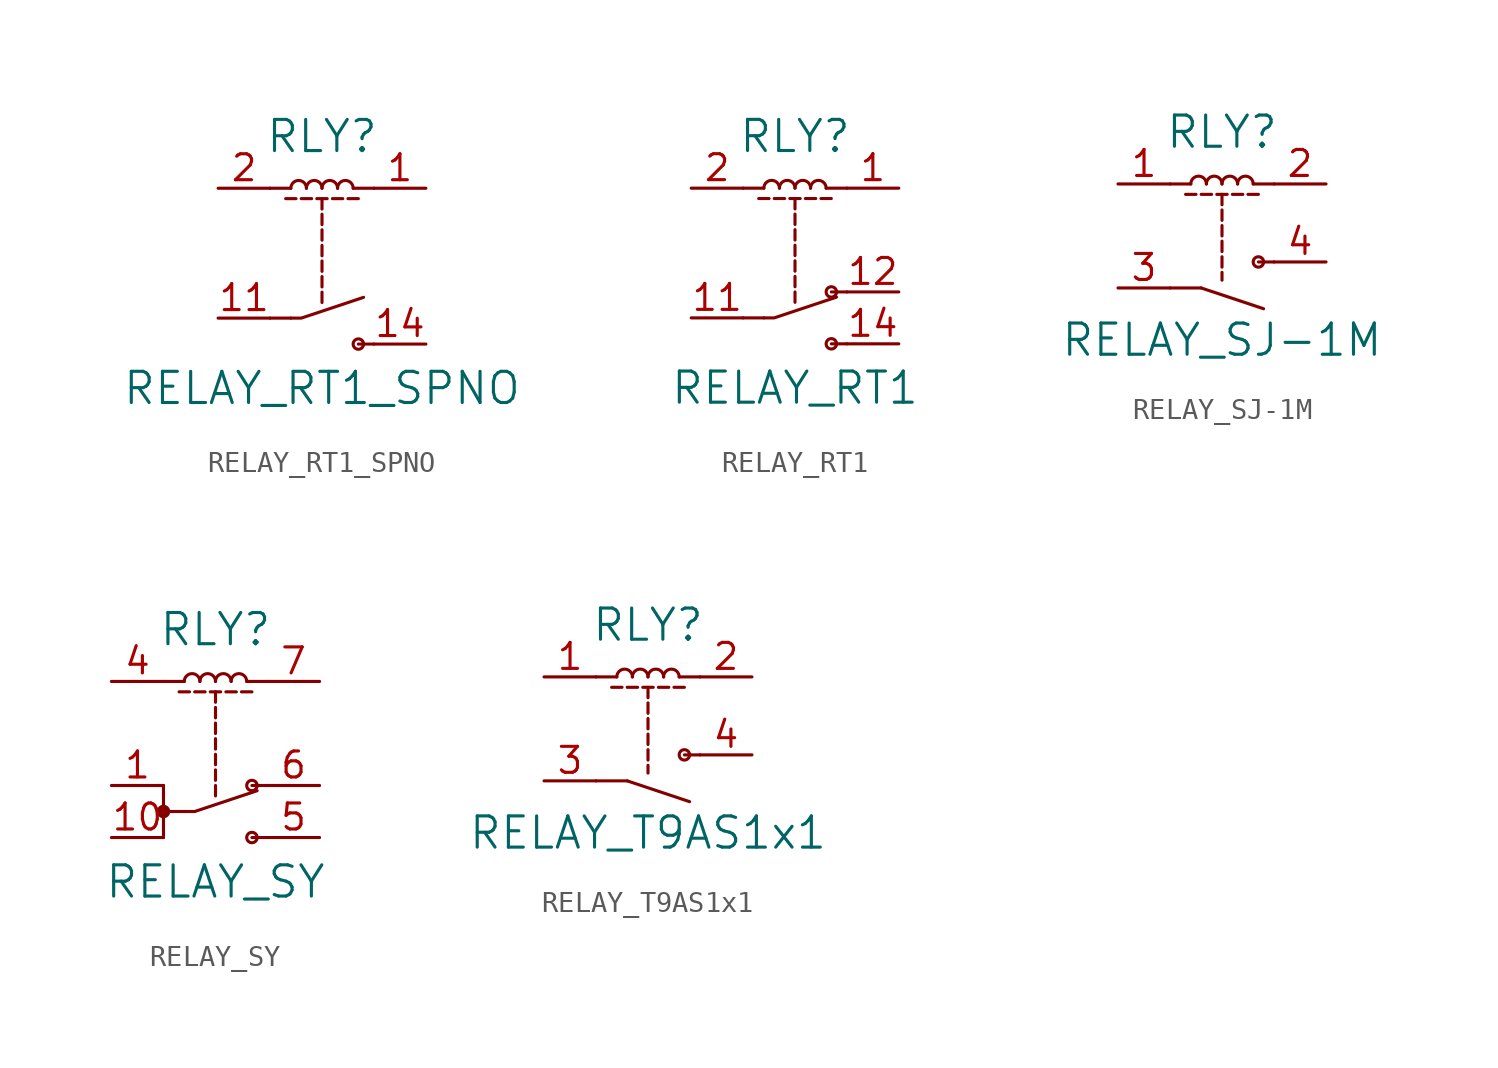
<source format=kicad_sym>
(kicad_symbol_lib
  (version 20220914)
  (generator kicad_symbol_editor)
  (symbol "RELAY_RT1_SPNO"
    (pin_names
      (offset 1.016))
    (property "Reference" "RLY"
      (at 0 6.35 0)
      (effects (font (size 1.524 1.524))))
    (property "Value" "RELAY_RT1_SPNO"
      (at 0 -5.969 0)
      (effects (font (size 1.524 1.524))))
    (property "Footprint" ""
      (at 0 0 0)
      (effects (font (size 1.524 1.524))))
    (property "Datasheet" ""
      (at 0 0 0)
      (effects (font (size 1.524 1.524))))
    (symbol "RELAY_RT1_SPNO_0_1"
      (arc (start -0.762 3.81) (mid -1.143 4.1894) (end -1.524 3.81) (stroke (width 0) (type solid)) (fill (type none)))
      (polyline (pts (xy -1.778 3.302) (xy -1.27 3.302) (xy -1.27 3.302)) (stroke (width 0) (type solid)) (fill (type none)))
      (polyline (pts (xy -1.524 -2.54) (xy -2.54 -2.54) (xy -2.54 -2.54)) (stroke (width 0) (type solid)) (fill (type none)))
      (polyline (pts (xy -1.524 3.81) (xy -2.54 3.81) (xy -2.54 3.81)) (stroke (width 0) (type solid)) (fill (type none)))
      (polyline (pts (xy -1.016 3.302) (xy -0.508 3.302) (xy -0.508 3.302)) (stroke (width 0) (type solid)) (fill (type none)))
      (polyline (pts (xy -0.254 3.302) (xy 0.254 3.302) (xy 0.254 3.302)) (stroke (width 0) (type solid)) (fill (type none)))
      (polyline (pts (xy 0 -1.27) (xy 0 -1.778) (xy 0 -1.778)) (stroke (width 0) (type solid)) (fill (type none)))
      (polyline (pts (xy 0 -0.508) (xy 0 -1.016) (xy 0 -1.016)) (stroke (width 0) (type solid)) (fill (type none)))
      (polyline (pts (xy 0 0.254) (xy 0 -0.254) (xy 0 -0.254)) (stroke (width 0) (type solid)) (fill (type none)))
      (polyline (pts (xy 0 1.016) (xy 0 0.508) (xy 0 0.508)) (stroke (width 0) (type solid)) (fill (type none)))
      (polyline (pts (xy 0 1.778) (xy 0 1.27) (xy 0 1.27)) (stroke (width 0) (type solid)) (fill (type none)))
      (polyline (pts (xy 0 2.54) (xy 0 2.032) (xy 0 2.032)) (stroke (width 0) (type solid)) (fill (type none)))
      (polyline (pts (xy 0 3.302) (xy 0 2.794) (xy 0 2.794)) (stroke (width 0) (type solid)) (fill (type none)))
      (polyline (pts (xy 0.508 3.302) (xy 1.016 3.302) (xy 1.016 3.302)) (stroke (width 0) (type solid)) (fill (type none)))
      (polyline (pts (xy 1.27 3.302) (xy 1.778 3.302) (xy 1.778 3.302)) (stroke (width 0) (type solid)) (fill (type none)))
      (polyline (pts (xy 1.524 3.81) (xy 2.54 3.81) (xy 2.54 3.81)) (stroke (width 0) (type solid)) (fill (type none)))
      (polyline (pts (xy 2.54 -3.81) (xy 1.778 -3.81) (xy 1.778 -3.81)) (stroke (width 0) (type solid)) (fill (type none)))
      (polyline (pts (xy -1.524 -2.54) (xy -1.016 -2.54) (xy 2.032 -1.524) (xy 2.032 -1.524)) (stroke (width 0) (type solid)) (fill (type none)))
      (arc (start 0 3.81) (mid -0.381 4.1894) (end -0.762 3.81) (stroke (width 0) (type solid)) (fill (type none)))
      (arc (start 0.762 3.81) (mid 0.381 4.1894) (end 0 3.81) (stroke (width 0) (type solid)) (fill (type none)))
      (arc (start 1.524 3.81) (mid 1.143 4.1894) (end 0.762 3.81) (stroke (width 0) (type solid)) (fill (type none)))
      (circle (center 1.778 -3.81) (radius 0.254) (stroke (width 0) (type solid)) (fill (type none))))
    (symbol "RELAY_RT1_SPNO_1_1"
      (pin passive line (at 5.08 3.81 180) (length 2.54) (name "~" (effects (font (size 1.27 1.27)))) (number "1" (effects (font (size 1.27 1.27)))))
      (pin passive line (at -5.08 -2.54 0) (length 2.54) (name "~" (effects (font (size 1.27 1.27)))) (number "11" (effects (font (size 1.27 1.27)))))
      (pin passive line (at 5.08 -3.81 180) (length 2.54) (name "~" (effects (font (size 1.27 1.27)))) (number "14" (effects (font (size 1.27 1.27)))))
      (pin passive line (at -5.08 3.81 0) (length 2.54) (name "~" (effects (font (size 1.27 1.27)))) (number "2" (effects (font (size 1.27 1.27)))))))
  (symbol "RELAY_RT1"
    (pin_names
      (offset 1.016))
    (property "Reference" "RLY"
      (at 0 6.35 0)
      (effects (font (size 1.524 1.524))))
    (property "Value" "RELAY_RT1"
      (at 0 -5.969 0)
      (effects (font (size 1.524 1.524))))
    (property "Footprint" ""
      (at 0 0 0)
      (effects (font (size 1.524 1.524))))
    (property "Datasheet" ""
      (at 0 0 0)
      (effects (font (size 1.524 1.524))))
    (symbol "RELAY_RT1_0_1"
      (arc (start -0.762 3.81) (mid -1.143 4.1894) (end -1.524 3.81) (stroke (width 0) (type solid)) (fill (type none)))
      (polyline (pts (xy -1.778 3.302) (xy -1.27 3.302) (xy -1.27 3.302)) (stroke (width 0) (type solid)) (fill (type none)))
      (polyline (pts (xy -1.524 -2.54) (xy -2.54 -2.54) (xy -2.54 -2.54)) (stroke (width 0) (type solid)) (fill (type none)))
      (polyline (pts (xy -1.524 3.81) (xy -2.54 3.81) (xy -2.54 3.81)) (stroke (width 0) (type solid)) (fill (type none)))
      (polyline (pts (xy -1.016 3.302) (xy -0.508 3.302) (xy -0.508 3.302)) (stroke (width 0) (type solid)) (fill (type none)))
      (polyline (pts (xy -0.254 3.302) (xy 0.254 3.302) (xy 0.254 3.302)) (stroke (width 0) (type solid)) (fill (type none)))
      (polyline (pts (xy 0 -1.27) (xy 0 -1.778) (xy 0 -1.778)) (stroke (width 0) (type solid)) (fill (type none)))
      (polyline (pts (xy 0 -0.508) (xy 0 -1.016) (xy 0 -1.016)) (stroke (width 0) (type solid)) (fill (type none)))
      (polyline (pts (xy 0 0.254) (xy 0 -0.254) (xy 0 -0.254)) (stroke (width 0) (type solid)) (fill (type none)))
      (polyline (pts (xy 0 1.016) (xy 0 0.508) (xy 0 0.508)) (stroke (width 0) (type solid)) (fill (type none)))
      (polyline (pts (xy 0 1.778) (xy 0 1.27) (xy 0 1.27)) (stroke (width 0) (type solid)) (fill (type none)))
      (polyline (pts (xy 0 2.54) (xy 0 2.032) (xy 0 2.032)) (stroke (width 0) (type solid)) (fill (type none)))
      (polyline (pts (xy 0 3.302) (xy 0 2.794) (xy 0 2.794)) (stroke (width 0) (type solid)) (fill (type none)))
      (polyline (pts (xy 0.508 3.302) (xy 1.016 3.302) (xy 1.016 3.302)) (stroke (width 0) (type solid)) (fill (type none)))
      (polyline (pts (xy 1.27 3.302) (xy 1.778 3.302) (xy 1.778 3.302)) (stroke (width 0) (type solid)) (fill (type none)))
      (polyline (pts (xy 1.524 3.81) (xy 2.54 3.81) (xy 2.54 3.81)) (stroke (width 0) (type solid)) (fill (type none)))
      (polyline (pts (xy 2.54 -3.81) (xy 1.778 -3.81) (xy 1.778 -3.81)) (stroke (width 0) (type solid)) (fill (type none)))
      (polyline (pts (xy 2.54 -1.27) (xy 1.778 -1.27) (xy 1.778 -1.27)) (stroke (width 0) (type solid)) (fill (type none)))
      (polyline (pts (xy -1.524 -2.54) (xy -1.016 -2.54) (xy 2.032 -1.524) (xy 2.032 -1.524)) (stroke (width 0) (type solid)) (fill (type none)))
      (arc (start 0 3.81) (mid -0.381 4.1894) (end -0.762 3.81) (stroke (width 0) (type solid)) (fill (type none)))
      (arc (start 0.762 3.81) (mid 0.381 4.1894) (end 0 3.81) (stroke (width 0) (type solid)) (fill (type none)))
      (arc (start 1.524 3.81) (mid 1.143 4.1894) (end 0.762 3.81) (stroke (width 0) (type solid)) (fill (type none)))
      (circle (center 1.778 -3.81) (radius 0.254) (stroke (width 0) (type solid)) (fill (type none)))
      (circle (center 1.778 -1.27) (radius 0.254) (stroke (width 0) (type solid)) (fill (type none))))
    (symbol "RELAY_RT1_1_1"
      (pin passive line (at 5.08 3.81 180) (length 2.54) (name "~" (effects (font (size 1.27 1.27)))) (number "1" (effects (font (size 1.27 1.27)))))
      (pin passive line (at -5.08 -2.54 0) (length 2.54) (name "~" (effects (font (size 1.27 1.27)))) (number "11" (effects (font (size 1.27 1.27)))))
      (pin passive line (at 5.08 -1.27 180) (length 2.54) (name "~" (effects (font (size 1.27 1.27)))) (number "12" (effects (font (size 1.27 1.27)))))
      (pin passive line (at 5.08 -3.81 180) (length 2.54) (name "~" (effects (font (size 1.27 1.27)))) (number "14" (effects (font (size 1.27 1.27)))))
      (pin passive line (at -5.08 3.81 0) (length 2.54) (name "~" (effects (font (size 1.27 1.27)))) (number "2" (effects (font (size 1.27 1.27)))))))
  (symbol "RELAY_SJ-1M"
    (pin_names
      (offset 1.016))
    (property "Reference" "RLY"
      (at 0 6.35 0)
      (effects (font (size 1.524 1.524))))
    (property "Value" "RELAY_SJ-1M"
      (at 0 -3.81 0)
      (effects (font (size 1.524 1.524))))
    (property "Footprint" ""
      (at 0 0 0)
      (effects (font (size 1.524 1.524))))
    (property "Datasheet" ""
      (at 0 0 0)
      (effects (font (size 1.524 1.524))))
    (symbol "RELAY_SJ-1M_0_1"
      (arc (start -0.762 3.81) (mid -1.143 4.1894) (end -1.524 3.81) (stroke (width 0) (type solid)) (fill (type none)))
      (polyline (pts (xy -1.016 -1.27) (xy -2.54 -1.27)) (stroke (width 0) (type solid)) (fill (type none)))
      (polyline (pts (xy -1.778 3.302) (xy -1.27 3.302) (xy -1.27 3.302)) (stroke (width 0) (type solid)) (fill (type none)))
      (polyline (pts (xy -1.524 3.81) (xy -2.54 3.81) (xy -2.54 3.81)) (stroke (width 0) (type solid)) (fill (type none)))
      (polyline (pts (xy -1.016 -1.27) (xy 2.032 -2.286) (xy 2.032 -2.286)) (stroke (width 0) (type solid)) (fill (type none)))
      (polyline (pts (xy -1.016 3.302) (xy -0.508 3.302) (xy -0.508 3.302)) (stroke (width 0) (type solid)) (fill (type none)))
      (polyline (pts (xy -0.254 3.302) (xy 0.254 3.302) (xy 0.254 3.302)) (stroke (width 0) (type solid)) (fill (type none)))
      (polyline (pts (xy 0 -0.508) (xy 0 -0.889) (xy 0 -0.889)) (stroke (width 0) (type solid)) (fill (type none)))
      (polyline (pts (xy 0 0.254) (xy 0 -0.254) (xy 0 -0.254)) (stroke (width 0) (type solid)) (fill (type none)))
      (polyline (pts (xy 0 1.016) (xy 0 0.508) (xy 0 0.508)) (stroke (width 0) (type solid)) (fill (type none)))
      (polyline (pts (xy 0 1.778) (xy 0 1.27) (xy 0 1.27)) (stroke (width 0) (type solid)) (fill (type none)))
      (polyline (pts (xy 0 2.54) (xy 0 2.032) (xy 0 2.032)) (stroke (width 0) (type solid)) (fill (type none)))
      (polyline (pts (xy 0 3.302) (xy 0 2.794) (xy 0 2.794)) (stroke (width 0) (type solid)) (fill (type none)))
      (polyline (pts (xy 0.508 3.302) (xy 1.016 3.302) (xy 1.016 3.302)) (stroke (width 0) (type solid)) (fill (type none)))
      (polyline (pts (xy 1.27 3.302) (xy 1.778 3.302) (xy 1.778 3.302)) (stroke (width 0) (type solid)) (fill (type none)))
      (polyline (pts (xy 1.524 3.81) (xy 2.54 3.81) (xy 2.54 3.81)) (stroke (width 0) (type solid)) (fill (type none)))
      (polyline (pts (xy 2.54 0) (xy 1.778 0) (xy 1.778 0)) (stroke (width 0) (type solid)) (fill (type none)))
      (arc (start 0 3.81) (mid -0.381 4.1894) (end -0.762 3.81) (stroke (width 0) (type solid)) (fill (type none)))
      (arc (start 0.762 3.81) (mid 0.381 4.1894) (end 0 3.81) (stroke (width 0) (type solid)) (fill (type none)))
      (arc (start 1.524 3.81) (mid 1.143 4.1894) (end 0.762 3.81) (stroke (width 0) (type solid)) (fill (type none)))
      (circle (center 1.778 0) (radius 0.254) (stroke (width 0) (type solid)) (fill (type none))))
    (symbol "RELAY_SJ-1M_1_1"
      (pin passive line (at -5.08 3.81 0) (length 2.54) (name "~" (effects (font (size 1.27 1.27)))) (number "1" (effects (font (size 1.27 1.27)))))
      (pin passive line (at 5.08 3.81 180) (length 2.54) (name "~" (effects (font (size 1.27 1.27)))) (number "2" (effects (font (size 1.27 1.27)))))
      (pin passive line (at -5.08 -1.27 0) (length 2.54) (name "~" (effects (font (size 1.27 1.27)))) (number "3" (effects (font (size 1.27 1.27)))))
      (pin passive line (at 5.08 0 180) (length 2.54) (name "~" (effects (font (size 1.27 1.27)))) (number "4" (effects (font (size 1.27 1.27)))))))
  (symbol "RELAY_SY"
    (pin_names
      (offset 1.016))
    (property "Reference" "RLY"
      (at 0 6.35 0)
      (effects (font (size 1.524 1.524))))
    (property "Value" "RELAY_SY"
      (at 0 -5.969 0)
      (effects (font (size 1.524 1.524))))
    (property "Footprint" ""
      (at 0 0 0)
      (effects (font (size 1.524 1.524))))
    (property "Datasheet" ""
      (at 0 0 0)
      (effects (font (size 1.524 1.524))))
    (symbol "RELAY_SY_0_1"
      (circle (center -2.54 -2.54) (radius 0.254) (stroke (width 0) (type solid)) (fill (type outline)))
      (arc (start -0.762 3.81) (mid -1.143 4.1894) (end -1.524 3.81) (stroke (width 0) (type solid)) (fill (type none)))
      (polyline (pts (xy -2.54 -1.27) (xy -2.54 -3.81)) (stroke (width 0) (type solid)) (fill (type none)))
      (polyline (pts (xy -1.778 3.302) (xy -1.27 3.302) (xy -1.27 3.302)) (stroke (width 0) (type solid)) (fill (type none)))
      (polyline (pts (xy -1.524 -2.54) (xy -2.54 -2.54) (xy -2.54 -2.54)) (stroke (width 0) (type solid)) (fill (type none)))
      (polyline (pts (xy -1.524 3.81) (xy -2.54 3.81) (xy -2.54 3.81)) (stroke (width 0) (type solid)) (fill (type none)))
      (polyline (pts (xy -1.016 3.302) (xy -0.508 3.302) (xy -0.508 3.302)) (stroke (width 0) (type solid)) (fill (type none)))
      (polyline (pts (xy -0.254 3.302) (xy 0.254 3.302) (xy 0.254 3.302)) (stroke (width 0) (type solid)) (fill (type none)))
      (polyline (pts (xy 0 -1.27) (xy 0 -1.778) (xy 0 -1.778)) (stroke (width 0) (type solid)) (fill (type none)))
      (polyline (pts (xy 0 -0.508) (xy 0 -1.016) (xy 0 -1.016)) (stroke (width 0) (type solid)) (fill (type none)))
      (polyline (pts (xy 0 0.254) (xy 0 -0.254) (xy 0 -0.254)) (stroke (width 0) (type solid)) (fill (type none)))
      (polyline (pts (xy 0 1.016) (xy 0 0.508) (xy 0 0.508)) (stroke (width 0) (type solid)) (fill (type none)))
      (polyline (pts (xy 0 1.778) (xy 0 1.27) (xy 0 1.27)) (stroke (width 0) (type solid)) (fill (type none)))
      (polyline (pts (xy 0 2.54) (xy 0 2.032) (xy 0 2.032)) (stroke (width 0) (type solid)) (fill (type none)))
      (polyline (pts (xy 0 3.302) (xy 0 2.794) (xy 0 2.794)) (stroke (width 0) (type solid)) (fill (type none)))
      (polyline (pts (xy 0.508 3.302) (xy 1.016 3.302) (xy 1.016 3.302)) (stroke (width 0) (type solid)) (fill (type none)))
      (polyline (pts (xy 1.27 3.302) (xy 1.778 3.302) (xy 1.778 3.302)) (stroke (width 0) (type solid)) (fill (type none)))
      (polyline (pts (xy 1.524 3.81) (xy 2.54 3.81) (xy 2.54 3.81)) (stroke (width 0) (type solid)) (fill (type none)))
      (polyline (pts (xy 2.54 -3.81) (xy 1.778 -3.81) (xy 1.778 -3.81)) (stroke (width 0) (type solid)) (fill (type none)))
      (polyline (pts (xy 2.54 -1.27) (xy 1.778 -1.27) (xy 1.778 -1.27)) (stroke (width 0) (type solid)) (fill (type none)))
      (polyline (pts (xy -1.524 -2.54) (xy -1.016 -2.54) (xy 2.032 -1.524) (xy 2.032 -1.524)) (stroke (width 0) (type solid)) (fill (type none)))
      (arc (start 0 3.81) (mid -0.381 4.1894) (end -0.762 3.81) (stroke (width 0) (type solid)) (fill (type none)))
      (arc (start 0.762 3.81) (mid 0.381 4.1894) (end 0 3.81) (stroke (width 0) (type solid)) (fill (type none)))
      (arc (start 1.524 3.81) (mid 1.143 4.1894) (end 0.762 3.81) (stroke (width 0) (type solid)) (fill (type none)))
      (circle (center 1.778 -3.81) (radius 0.254) (stroke (width 0) (type solid)) (fill (type none)))
      (circle (center 1.778 -1.27) (radius 0.254) (stroke (width 0) (type solid)) (fill (type none))))
    (symbol "RELAY_SY_1_1"
      (pin passive line (at -5.08 -1.27 0) (length 2.54) (name "~" (effects (font (size 1.27 1.27)))) (number "1" (effects (font (size 1.27 1.27)))))
      (pin passive line (at -5.08 -3.81 0) (length 2.54) (name "~" (effects (font (size 1.27 1.27)))) (number "10" (effects (font (size 1.27 1.27)))))
      (pin passive line (at -5.08 3.81 0) (length 2.54) (name "~" (effects (font (size 1.27 1.27)))) (number "4" (effects (font (size 1.27 1.27)))))
      (pin passive line (at 5.08 -3.81 180) (length 2.54) (name "~" (effects (font (size 1.27 1.27)))) (number "5" (effects (font (size 1.27 1.27)))))
      (pin passive line (at 5.08 -1.27 180) (length 2.54) (name "~" (effects (font (size 1.27 1.27)))) (number "6" (effects (font (size 1.27 1.27)))))
      (pin passive line (at 5.08 3.81 180) (length 2.54) (name "~" (effects (font (size 1.27 1.27)))) (number "7" (effects (font (size 1.27 1.27)))))))
  (symbol "RELAY_T9AS1x1"
    (pin_names
      (offset 1.016))
    (property "Reference" "RLY"
      (at 0 6.35 0)
      (effects (font (size 1.524 1.524))))
    (property "Value" "RELAY_T9AS1x1"
      (at 0 -3.81 0)
      (effects (font (size 1.524 1.524))))
    (property "Footprint" ""
      (at 0 0 0)
      (effects (font (size 1.524 1.524))))
    (property "Datasheet" ""
      (at 0 0 0)
      (effects (font (size 1.524 1.524))))
    (symbol "RELAY_T9AS1x1_0_1"
      (arc (start -0.762 3.81) (mid -1.143 4.1894) (end -1.524 3.81) (stroke (width 0) (type solid)) (fill (type none)))
      (polyline (pts (xy -1.016 -1.27) (xy -2.54 -1.27)) (stroke (width 0) (type solid)) (fill (type none)))
      (polyline (pts (xy -1.778 3.302) (xy -1.27 3.302) (xy -1.27 3.302)) (stroke (width 0) (type solid)) (fill (type none)))
      (polyline (pts (xy -1.524 3.81) (xy -2.54 3.81) (xy -2.54 3.81)) (stroke (width 0) (type solid)) (fill (type none)))
      (polyline (pts (xy -1.016 -1.27) (xy 2.032 -2.286) (xy 2.032 -2.286)) (stroke (width 0) (type solid)) (fill (type none)))
      (polyline (pts (xy -1.016 3.302) (xy -0.508 3.302) (xy -0.508 3.302)) (stroke (width 0) (type solid)) (fill (type none)))
      (polyline (pts (xy -0.254 3.302) (xy 0.254 3.302) (xy 0.254 3.302)) (stroke (width 0) (type solid)) (fill (type none)))
      (polyline (pts (xy 0 -0.508) (xy 0 -0.889) (xy 0 -0.889)) (stroke (width 0) (type solid)) (fill (type none)))
      (polyline (pts (xy 0 0.254) (xy 0 -0.254) (xy 0 -0.254)) (stroke (width 0) (type solid)) (fill (type none)))
      (polyline (pts (xy 0 1.016) (xy 0 0.508) (xy 0 0.508)) (stroke (width 0) (type solid)) (fill (type none)))
      (polyline (pts (xy 0 1.778) (xy 0 1.27) (xy 0 1.27)) (stroke (width 0) (type solid)) (fill (type none)))
      (polyline (pts (xy 0 2.54) (xy 0 2.032) (xy 0 2.032)) (stroke (width 0) (type solid)) (fill (type none)))
      (polyline (pts (xy 0 3.302) (xy 0 2.794) (xy 0 2.794)) (stroke (width 0) (type solid)) (fill (type none)))
      (polyline (pts (xy 0.508 3.302) (xy 1.016 3.302) (xy 1.016 3.302)) (stroke (width 0) (type solid)) (fill (type none)))
      (polyline (pts (xy 1.27 3.302) (xy 1.778 3.302) (xy 1.778 3.302)) (stroke (width 0) (type solid)) (fill (type none)))
      (polyline (pts (xy 1.524 3.81) (xy 2.54 3.81) (xy 2.54 3.81)) (stroke (width 0) (type solid)) (fill (type none)))
      (polyline (pts (xy 2.54 0) (xy 1.778 0) (xy 1.778 0)) (stroke (width 0) (type solid)) (fill (type none)))
      (arc (start 0 3.81) (mid -0.381 4.1894) (end -0.762 3.81) (stroke (width 0) (type solid)) (fill (type none)))
      (arc (start 0.762 3.81) (mid 0.381 4.1894) (end 0 3.81) (stroke (width 0) (type solid)) (fill (type none)))
      (arc (start 1.524 3.81) (mid 1.143 4.1894) (end 0.762 3.81) (stroke (width 0) (type solid)) (fill (type none)))
      (circle (center 1.778 0) (radius 0.254) (stroke (width 0) (type solid)) (fill (type none))))
    (symbol "RELAY_T9AS1x1_1_1"
      (pin passive line (at -5.08 3.81 0) (length 2.54) (name "~" (effects (font (size 1.27 1.27)))) (number "1" (effects (font (size 1.27 1.27)))))
      (pin passive line (at 5.08 3.81 180) (length 2.54) (name "~" (effects (font (size 1.27 1.27)))) (number "2" (effects (font (size 1.27 1.27)))))
      (pin passive line (at -5.08 -1.27 0) (length 2.54) (name "~" (effects (font (size 1.27 1.27)))) (number "3" (effects (font (size 1.27 1.27)))))
      (pin passive line (at 5.08 0 180) (length 2.54) (name "~" (effects (font (size 1.27 1.27)))) (number "4" (effects (font (size 1.27 1.27))))))))
</source>
